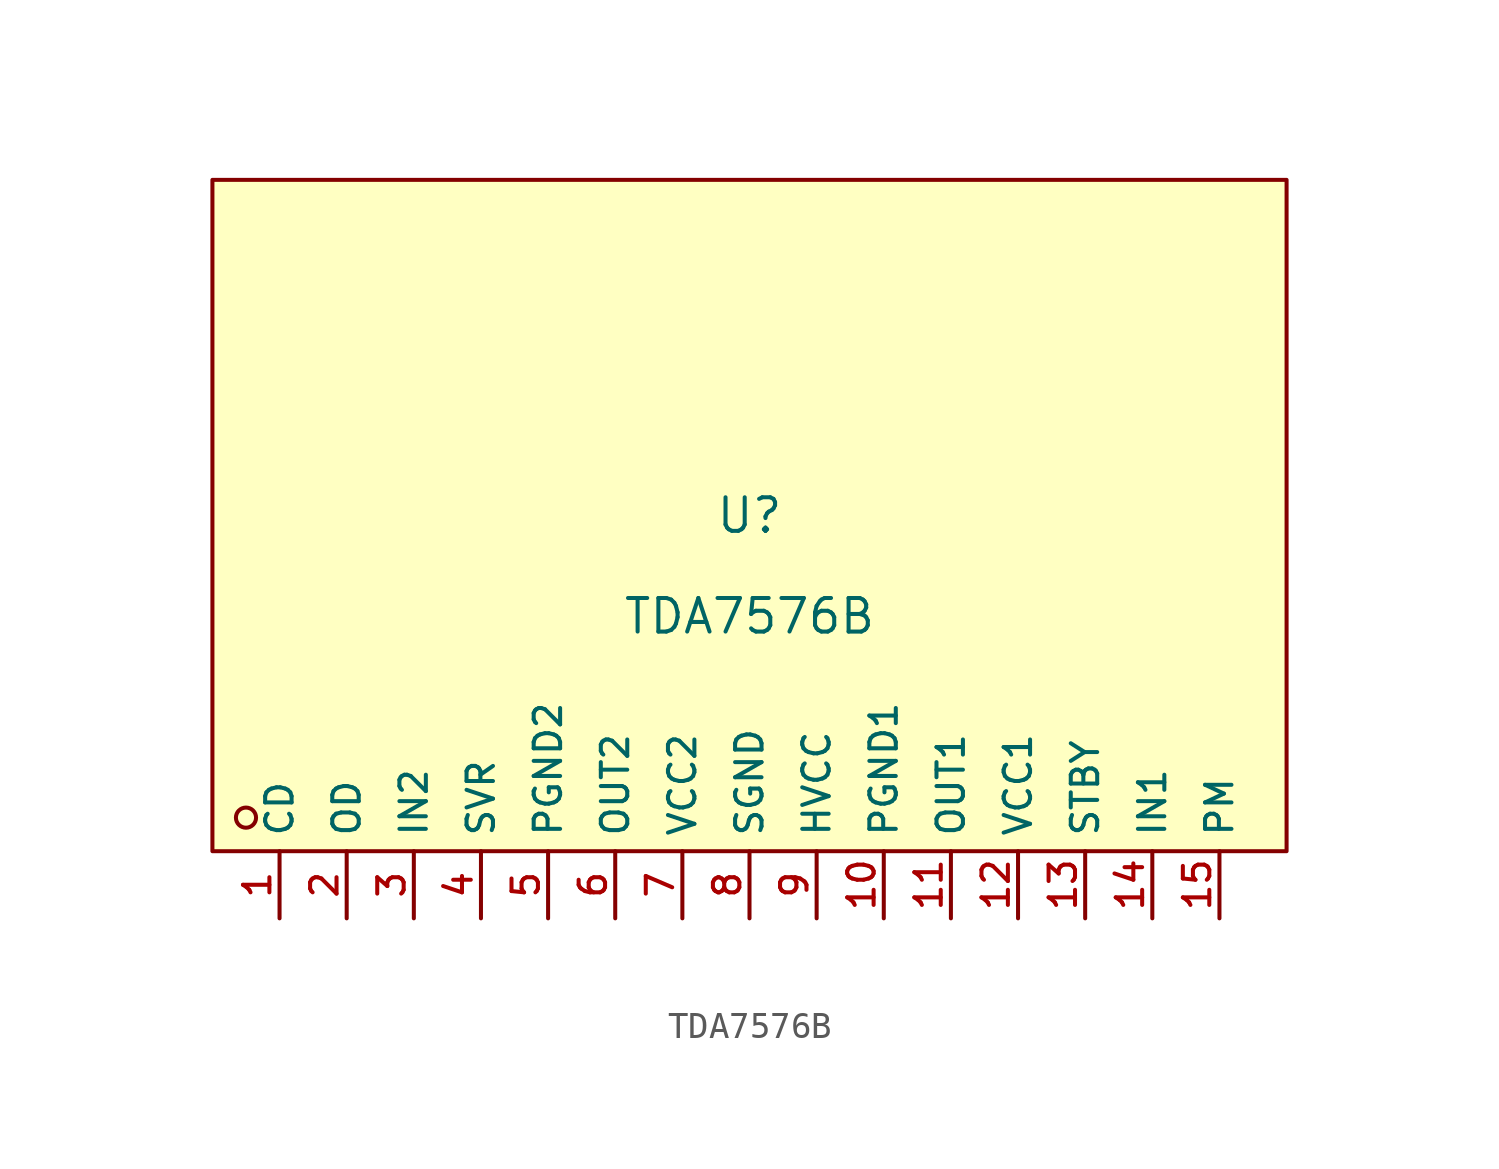
<source format=kicad_sym>
(kicad_symbol_lib
  (version 20210201)
  (generator TousstNicolas/JLC2KiCad_lib)
  (symbol "TDA7576B"
    (property "Reference" "U"
      (at 0 1.27 0)
      (effects (font (size 1.27 1.27))))
    (property "Value" "TDA7576B"
      (at 0 -2.54 0)
      (effects (font (size 1.27 1.27))))
    (symbol "TDA7576B_0_1"
      (rectangle (start -20.32 13.97) (end 20.32 -11.43) (stroke (width 0) (type default) (color 0 0 0 0)) (fill (type background)))
      (circle (center -19.05 -10.16) (radius 0.381) (stroke (width 0) (type default) (color 0 0 0 0)) (fill (type background)))
      (pin unspecified line (at -17.78 -13.97 90) (length 2.54) (name "CD" (effects (font (size 1 1)))) (number "1" (effects (font (size 1 1)))))
      (pin unspecified line (at -15.24 -13.97 90) (length 2.54) (name "OD" (effects (font (size 1 1)))) (number "2" (effects (font (size 1 1)))))
      (pin unspecified line (at -12.7 -13.97 90) (length 2.54) (name "IN2" (effects (font (size 1 1)))) (number "3" (effects (font (size 1 1)))))
      (pin unspecified line (at -10.16 -13.97 90) (length 2.54) (name "SVR" (effects (font (size 1 1)))) (number "4" (effects (font (size 1 1)))))
      (pin unspecified line (at -7.62 -13.97 90) (length 2.54) (name "PGND2" (effects (font (size 1 1)))) (number "5" (effects (font (size 1 1)))))
      (pin unspecified line (at -5.08 -13.97 90) (length 2.54) (name "OUT2" (effects (font (size 1 1)))) (number "6" (effects (font (size 1 1)))))
      (pin unspecified line (at -2.54 -13.97 90) (length 2.54) (name "VCC2" (effects (font (size 1 1)))) (number "7" (effects (font (size 1 1)))))
      (pin unspecified line (at 0.0 -13.97 90) (length 2.54) (name "SGND" (effects (font (size 1 1)))) (number "8" (effects (font (size 1 1)))))
      (pin unspecified line (at 2.54 -13.97 90) (length 2.54) (name "HVCC" (effects (font (size 1 1)))) (number "9" (effects (font (size 1 1)))))
      (pin unspecified line (at 5.08 -13.97 90) (length 2.54) (name "PGND1" (effects (font (size 1 1)))) (number "10" (effects (font (size 1 1)))))
      (pin unspecified line (at 7.62 -13.97 90) (length 2.54) (name "OUT1" (effects (font (size 1 1)))) (number "11" (effects (font (size 1 1)))))
      (pin unspecified line (at 10.16 -13.97 90) (length 2.54) (name "VCC1" (effects (font (size 1 1)))) (number "12" (effects (font (size 1 1)))))
      (pin unspecified line (at 12.7 -13.97 90) (length 2.54) (name "STBY" (effects (font (size 1 1)))) (number "13" (effects (font (size 1 1)))))
      (pin unspecified line (at 15.24 -13.97 90) (length 2.54) (name "IN1" (effects (font (size 1 1)))) (number "14" (effects (font (size 1 1)))))
      (pin unspecified line (at 17.78 -13.97 90) (length 2.54) (name "PM" (effects (font (size 1 1)))) (number "15" (effects (font (size 1 1))))))))
</source>
